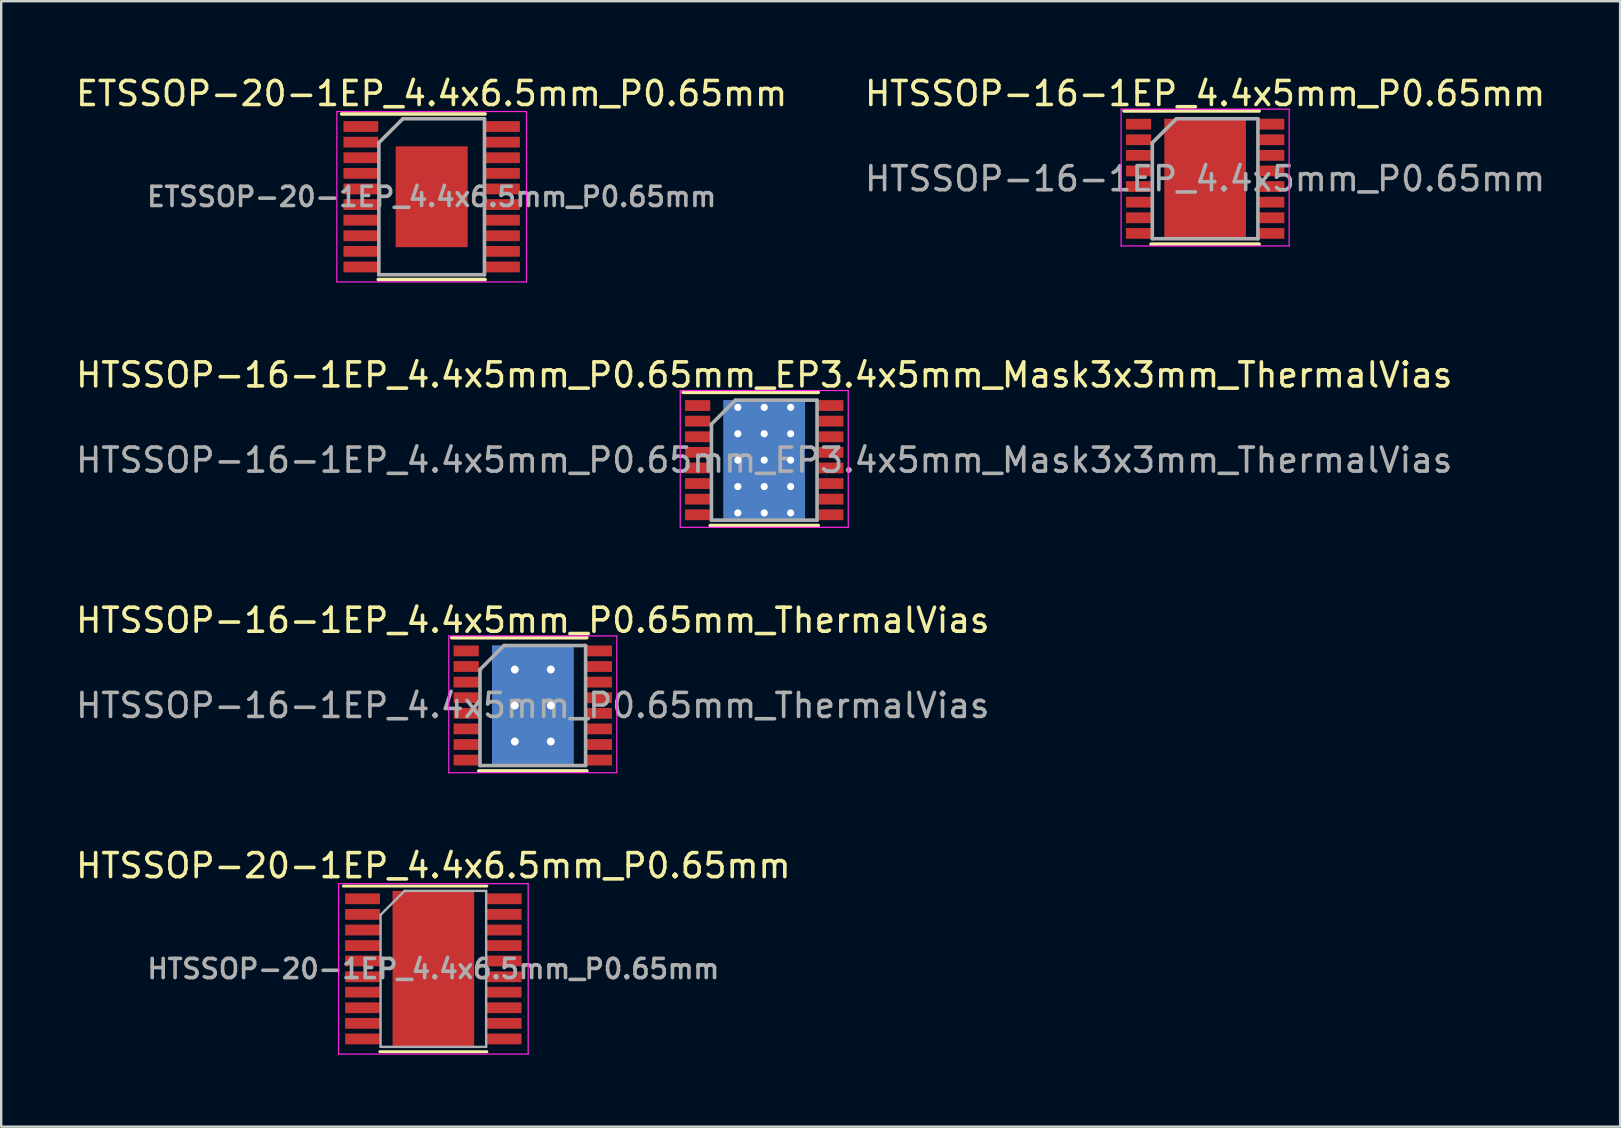
<source format=kicad_pcb>
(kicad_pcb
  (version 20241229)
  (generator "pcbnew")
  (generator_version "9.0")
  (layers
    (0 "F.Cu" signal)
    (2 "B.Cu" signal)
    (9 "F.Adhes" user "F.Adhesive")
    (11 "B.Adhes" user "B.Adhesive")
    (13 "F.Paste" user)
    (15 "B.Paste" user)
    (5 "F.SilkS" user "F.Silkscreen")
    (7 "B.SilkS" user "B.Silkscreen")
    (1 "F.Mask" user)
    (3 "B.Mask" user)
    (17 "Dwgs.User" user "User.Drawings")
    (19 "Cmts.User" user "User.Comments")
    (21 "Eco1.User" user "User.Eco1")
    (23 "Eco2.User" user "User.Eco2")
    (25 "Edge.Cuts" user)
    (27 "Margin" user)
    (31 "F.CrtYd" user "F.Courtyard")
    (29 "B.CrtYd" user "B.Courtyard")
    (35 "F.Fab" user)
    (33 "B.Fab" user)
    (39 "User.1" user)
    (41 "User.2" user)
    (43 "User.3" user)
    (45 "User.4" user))
  (footprint "HTSSOP-16-1EP_4.4x5mm_P0.65mm_ThermalVias"
    (layer "F.Cu")
    (at 19.149 26.345)
    (property "Reference" "HTSSOP-16-1EP_4.4x5mm_P0.65mm_ThermalVias" (at 0 -3.55 0) (layer "F.SilkS") (effects (font (size 1 1) (thickness 0.15))))
    (attr smd)
    (fp_line (start -3.375 -2.825) (end 2.25 -2.825) (stroke (width 0.15) (type solid)) (layer "F.SilkS"))
    (fp_line (start -2.25 2.725) (end 2.25 2.725) (stroke (width 0.15) (type solid)) (layer "F.SilkS"))
    (fp_line (start -3.5 -2.9) (end -3.5 2.8) (stroke (width 0.05) (type solid)) (layer "F.CrtYd"))
    (fp_line (start -3.5 -2.9) (end 3.5 -2.9) (stroke (width 0.05) (type solid)) (layer "F.CrtYd"))
    (fp_line (start -3.5 2.8) (end 3.5 2.8) (stroke (width 0.05) (type solid)) (layer "F.CrtYd"))
    (fp_line (start 3.5 -2.9) (end 3.5 2.8) (stroke (width 0.05) (type solid)) (layer "F.CrtYd"))
    (fp_line (start -2.2 -1.5) (end -1.2 -2.5) (stroke (width 0.15) (type solid)) (layer "F.Fab"))
    (fp_line (start -2.2 2.5) (end -2.2 -1.5) (stroke (width 0.15) (type solid)) (layer "F.Fab"))
    (fp_line (start -1.2 -2.5) (end 2.2 -2.5) (stroke (width 0.15) (type solid)) (layer "F.Fab"))
    (fp_line (start 2.2 -2.5) (end 2.2 2.5) (stroke (width 0.15) (type solid)) (layer "F.Fab"))
    (fp_line (start 2.2 2.5) (end -2.2 2.5) (stroke (width 0.15) (type solid)) (layer "F.Fab"))
    (fp_text user "${REFERENCE}" (at 0 0 0) (layer "F.Fab") (effects (font (size 1 1) (thickness 0.15))))
    (pad "1" smd rect (at -2.775 -2.275) (size 1.05 0.45) (layers "F.Cu" "F.Mask" "F.Paste"))
    (pad "2" smd rect (at -2.775 -1.625) (size 1.05 0.45) (layers "F.Cu" "F.Mask" "F.Paste"))
    (pad "3" smd rect (at -2.775 -0.975) (size 1.05 0.45) (layers "F.Cu" "F.Mask" "F.Paste"))
    (pad "4" smd rect (at -2.775 -0.325) (size 1.05 0.45) (layers "F.Cu" "F.Mask" "F.Paste"))
    (pad "5" smd rect (at -2.775 0.325) (size 1.05 0.45) (layers "F.Cu" "F.Mask" "F.Paste"))
    (pad "6" smd rect (at -2.775 0.975) (size 1.05 0.45) (layers "F.Cu" "F.Mask" "F.Paste"))
    (pad "7" smd rect (at -2.775 1.625) (size 1.05 0.45) (layers "F.Cu" "F.Mask" "F.Paste"))
    (pad "8" smd rect (at -2.775 2.275) (size 1.05 0.45) (layers "F.Cu" "F.Mask" "F.Paste"))
    (pad "9" smd rect (at 2.775 2.275) (size 1.05 0.45) (layers "F.Cu" "F.Mask" "F.Paste"))
    (pad "10" smd rect (at 2.775 1.625) (size 1.05 0.45) (layers "F.Cu" "F.Mask" "F.Paste"))
    (pad "11" smd rect (at 2.775 0.975) (size 1.05 0.45) (layers "F.Cu" "F.Mask" "F.Paste"))
    (pad "12" smd rect (at 2.775 0.325) (size 1.05 0.45) (layers "F.Cu" "F.Mask" "F.Paste"))
    (pad "13" smd rect (at 2.775 -0.325) (size 1.05 0.45) (layers "F.Cu" "F.Mask" "F.Paste"))
    (pad "14" smd rect (at 2.775 -0.975) (size 1.05 0.45) (layers "F.Cu" "F.Mask" "F.Paste"))
    (pad "15" smd rect (at 2.775 -1.625) (size 1.05 0.45) (layers "F.Cu" "F.Mask" "F.Paste"))
    (pad "16" smd rect (at 2.775 -2.275) (size 1.05 0.45) (layers "F.Cu" "F.Mask" "F.Paste"))
    (pad "17" thru_hole circle (at -0.75 -1.5) (size 0.75 0.75) (drill 0.33) (layers "*.Cu" "F.Mask"))
    (pad "17" thru_hole circle (at -0.75 0) (size 0.75 0.75) (drill 0.33) (layers "*.Cu" "F.Mask"))
    (pad "17" thru_hole circle (at -0.75 1.5) (size 0.75 0.75) (drill 0.33) (layers "*.Cu" "F.Mask"))
    (pad "17" smd rect (at 0 0) (size 3.4 5) (layers "F.Cu" "F.Mask" "F.Paste"))
    (pad "17" smd rect (at 0 0) (size 3.4 5) (layers "B.Cu"))
    (pad "17" thru_hole circle (at 0.75 -1.5) (size 0.75 0.75) (drill 0.33) (layers "*.Cu" "F.Mask"))
    (pad "17" thru_hole circle (at 0.75 0) (size 0.75 0.75) (drill 0.33) (layers "*.Cu" "F.Mask"))
    (pad "17" thru_hole circle (at 0.75 1.5) (size 0.75 0.75) (drill 0.33) (layers "*.Cu" "F.Mask")))
  (footprint "HTSSOP-16-1EP_4.4x5mm_P0.65mm"
    (layer "F.Cu")
    (at 47.161 4.398)
    (property "Reference" "HTSSOP-16-1EP_4.4x5mm_P0.65mm" (at 0 -3.55 0) (layer "F.SilkS") (effects (font (size 1 1) (thickness 0.15))))
    (attr smd)
    (fp_line (start -3.375 -2.825) (end 2.25 -2.825) (stroke (width 0.15) (type solid)) (layer "F.SilkS"))
    (fp_line (start -2.25 2.725) (end 2.25 2.725) (stroke (width 0.15) (type solid)) (layer "F.SilkS"))
    (fp_line (start -3.5 -2.9) (end -3.5 2.8) (stroke (width 0.05) (type solid)) (layer "F.CrtYd"))
    (fp_line (start -3.5 -2.9) (end 3.5 -2.9) (stroke (width 0.05) (type solid)) (layer "F.CrtYd"))
    (fp_line (start -3.5 2.8) (end 3.5 2.8) (stroke (width 0.05) (type solid)) (layer "F.CrtYd"))
    (fp_line (start 3.5 -2.9) (end 3.5 2.8) (stroke (width 0.05) (type solid)) (layer "F.CrtYd"))
    (fp_line (start -2.2 -1.5) (end -1.2 -2.5) (stroke (width 0.15) (type solid)) (layer "F.Fab"))
    (fp_line (start -2.2 2.5) (end -2.2 -1.5) (stroke (width 0.15) (type solid)) (layer "F.Fab"))
    (fp_line (start -1.2 -2.5) (end 2.2 -2.5) (stroke (width 0.15) (type solid)) (layer "F.Fab"))
    (fp_line (start 2.2 -2.5) (end 2.2 2.5) (stroke (width 0.15) (type solid)) (layer "F.Fab"))
    (fp_line (start 2.2 2.5) (end -2.2 2.5) (stroke (width 0.15) (type solid)) (layer "F.Fab"))
    (fp_text user "${REFERENCE}" (at 0 0 0) (layer "F.Fab") (effects (font (size 1 1) (thickness 0.15))))
    (pad "1" smd rect (at -2.775 -2.275) (size 1.05 0.45) (layers "F.Cu" "F.Mask" "F.Paste"))
    (pad "2" smd rect (at -2.775 -1.625) (size 1.05 0.45) (layers "F.Cu" "F.Mask" "F.Paste"))
    (pad "3" smd rect (at -2.775 -0.975) (size 1.05 0.45) (layers "F.Cu" "F.Mask" "F.Paste"))
    (pad "4" smd rect (at -2.775 -0.325) (size 1.05 0.45) (layers "F.Cu" "F.Mask" "F.Paste"))
    (pad "5" smd rect (at -2.775 0.325) (size 1.05 0.45) (layers "F.Cu" "F.Mask" "F.Paste"))
    (pad "6" smd rect (at -2.775 0.975) (size 1.05 0.45) (layers "F.Cu" "F.Mask" "F.Paste"))
    (pad "7" smd rect (at -2.775 1.625) (size 1.05 0.45) (layers "F.Cu" "F.Mask" "F.Paste"))
    (pad "8" smd rect (at -2.775 2.275) (size 1.05 0.45) (layers "F.Cu" "F.Mask" "F.Paste"))
    (pad "9" smd rect (at 2.775 2.275) (size 1.05 0.45) (layers "F.Cu" "F.Mask" "F.Paste"))
    (pad "10" smd rect (at 2.775 1.625) (size 1.05 0.45) (layers "F.Cu" "F.Mask" "F.Paste"))
    (pad "11" smd rect (at 2.775 0.975) (size 1.05 0.45) (layers "F.Cu" "F.Mask" "F.Paste"))
    (pad "12" smd rect (at 2.775 0.325) (size 1.05 0.45) (layers "F.Cu" "F.Mask" "F.Paste"))
    (pad "13" smd rect (at 2.775 -0.325) (size 1.05 0.45) (layers "F.Cu" "F.Mask" "F.Paste"))
    (pad "14" smd rect (at 2.775 -0.975) (size 1.05 0.45) (layers "F.Cu" "F.Mask" "F.Paste"))
    (pad "15" smd rect (at 2.775 -1.625) (size 1.05 0.45) (layers "F.Cu" "F.Mask" "F.Paste"))
    (pad "16" smd rect (at 2.775 -2.275) (size 1.05 0.45) (layers "F.Cu" "F.Mask" "F.Paste"))
    (pad "17" smd rect (at 0 0) (size 3.4 5) (layers "F.Cu" "F.Mask" "F.Paste")))
  (footprint "HTSSOP-16-1EP_4.4x5mm_P0.65mm_EP3.4x5mm_Mask3x3mm_ThermalVias"
    (layer "F.Cu")
    (at 28.792 16.122)
    (property "Reference" "HTSSOP-16-1EP_4.4x5mm_P0.65mm_EP3.4x5mm_Mask3x3mm_ThermalVias" (at 0 -3.55 0) (layer "F.SilkS") (effects (font (size 1 1) (thickness 0.15))))
    (attr smd)
    (fp_line (start -3.375 -2.825) (end 2.25 -2.825) (stroke (width 0.15) (type solid)) (layer "F.SilkS"))
    (fp_line (start -2.25 2.725) (end 2.25 2.725) (stroke (width 0.15) (type solid)) (layer "F.SilkS"))
    (fp_line (start -3.5 -2.9) (end -3.5 2.8) (stroke (width 0.05) (type solid)) (layer "F.CrtYd"))
    (fp_line (start -3.5 -2.9) (end 3.5 -2.9) (stroke (width 0.05) (type solid)) (layer "F.CrtYd"))
    (fp_line (start -3.5 2.8) (end 3.5 2.8) (stroke (width 0.05) (type solid)) (layer "F.CrtYd"))
    (fp_line (start 3.5 -2.9) (end 3.5 2.8) (stroke (width 0.05) (type solid)) (layer "F.CrtYd"))
    (fp_line (start -2.2 -1.5) (end -1.2 -2.5) (stroke (width 0.15) (type solid)) (layer "F.Fab"))
    (fp_line (start -2.2 2.5) (end -2.2 -1.5) (stroke (width 0.15) (type solid)) (layer "F.Fab"))
    (fp_line (start -1.2 -2.5) (end 2.2 -2.5) (stroke (width 0.15) (type solid)) (layer "F.Fab"))
    (fp_line (start 2.2 -2.5) (end 2.2 2.5) (stroke (width 0.15) (type solid)) (layer "F.Fab"))
    (fp_line (start 2.2 2.5) (end -2.2 2.5) (stroke (width 0.15) (type solid)) (layer "F.Fab"))
    (fp_text user "${REFERENCE}" (at 0 0 0) (layer "F.Fab") (effects (font (size 1 1) (thickness 0.15))))
    (pad "" smd rect (at -1.325 -0.55 90) (size 0.8 0.25) (layers "F.Paste"))
    (pad "" smd rect (at -1.325 0.55 90) (size 0.8 0.25) (layers "F.Paste"))
    (pad "" smd rect (at -0.55 -1.325) (size 0.8 0.25) (layers "F.Paste"))
    (pad "" smd rect (at -0.55 -0.55) (size 0.85 0.8) (layers "F.Paste"))
    (pad "" smd rect (at -0.55 0.55) (size 0.85 0.85) (layers "F.Paste"))
    (pad "" smd rect (at -0.55 1.325) (size 0.8 0.25) (layers "F.Paste"))
    (pad "" smd rect (at 0 0) (size 3 3) (layers "F.Mask"))
    (pad "" smd rect (at 0.55 -1.325) (size 0.8 0.25) (layers "F.Paste"))
    (pad "" smd rect (at 0.55 -0.55) (size 0.85 0.85) (layers "F.Paste"))
    (pad "" smd rect (at 0.55 0.55) (size 0.85 0.85) (layers "F.Paste"))
    (pad "" smd rect (at 0.55 1.325) (size 0.8 0.25) (layers "F.Paste"))
    (pad "" smd rect (at 1.325 -0.55 90) (size 0.8 0.25) (layers "F.Paste"))
    (pad "" smd rect (at 1.325 0.55 90) (size 0.8 0.25) (layers "F.Paste"))
    (pad "1" smd rect (at -2.775 -2.275) (size 1.05 0.45) (layers "F.Cu" "F.Mask" "F.Paste"))
    (pad "2" smd rect (at -2.775 -1.625) (size 1.05 0.45) (layers "F.Cu" "F.Mask" "F.Paste"))
    (pad "3" smd rect (at -2.775 -0.975) (size 1.05 0.45) (layers "F.Cu" "F.Mask" "F.Paste"))
    (pad "4" smd rect (at -2.775 -0.325) (size 1.05 0.45) (layers "F.Cu" "F.Mask" "F.Paste"))
    (pad "5" smd rect (at -2.775 0.325) (size 1.05 0.45) (layers "F.Cu" "F.Mask" "F.Paste"))
    (pad "6" smd rect (at -2.775 0.975) (size 1.05 0.45) (layers "F.Cu" "F.Mask" "F.Paste"))
    (pad "7" smd rect (at -2.775 1.625) (size 1.05 0.45) (layers "F.Cu" "F.Mask" "F.Paste"))
    (pad "8" smd rect (at -2.775 2.275) (size 1.05 0.45) (layers "F.Cu" "F.Mask" "F.Paste"))
    (pad "9" smd rect (at 2.775 2.275) (size 1.05 0.45) (layers "F.Cu" "F.Mask" "F.Paste"))
    (pad "10" smd rect (at 2.775 1.625) (size 1.05 0.45) (layers "F.Cu" "F.Mask" "F.Paste"))
    (pad "11" smd rect (at 2.775 0.975) (size 1.05 0.45) (layers "F.Cu" "F.Mask" "F.Paste"))
    (pad "12" smd rect (at 2.775 0.325) (size 1.05 0.45) (layers "F.Cu" "F.Mask" "F.Paste"))
    (pad "13" smd rect (at 2.775 -0.325) (size 1.05 0.45) (layers "F.Cu" "F.Mask" "F.Paste"))
    (pad "14" smd rect (at 2.775 -0.975) (size 1.05 0.45) (layers "F.Cu" "F.Mask" "F.Paste"))
    (pad "15" smd rect (at 2.775 -1.625) (size 1.05 0.45) (layers "F.Cu" "F.Mask" "F.Paste"))
    (pad "16" smd rect (at 2.775 -2.275) (size 1.05 0.45) (layers "F.Cu" "F.Mask" "F.Paste"))
    (pad "17" thru_hole circle (at -1.1 -2.2) (size 0.6 0.6) (drill 0.3) (layers "*.Cu"))
    (pad "17" thru_hole circle (at -1.1 -1.1) (size 0.6 0.6) (drill 0.3) (layers "*.Cu"))
    (pad "17" thru_hole circle (at -1.1 0) (size 0.6 0.6) (drill 0.3) (layers "*.Cu"))
    (pad "17" thru_hole circle (at -1.1 1.1) (size 0.6 0.6) (drill 0.3) (layers "*.Cu"))
    (pad "17" thru_hole circle (at -1.1 2.2) (size 0.6 0.6) (drill 0.3) (layers "*.Cu"))
    (pad "17" thru_hole circle (at 0 -2.2) (size 0.6 0.6) (drill 0.3) (layers "*.Cu"))
    (pad "17" thru_hole circle (at 0 -1.1) (size 0.6 0.6) (drill 0.3) (layers "*.Cu"))
    (pad "17" thru_hole circle (at 0 0) (size 0.6 0.6) (drill 0.3) (layers "*.Cu"))
    (pad "17" smd rect (at 0 0) (size 3.4 5) (layers "F.Cu"))
    (pad "17" smd rect (at 0 0) (size 3.4 5) (layers "B.Cu"))
    (pad "17" thru_hole circle (at 0 1.1) (size 0.6 0.6) (drill 0.3) (layers "*.Cu"))
    (pad "17" thru_hole circle (at 0 2.2) (size 0.6 0.6) (drill 0.3) (layers "*.Cu"))
    (pad "17" thru_hole circle (at 1.1 -2.2) (size 0.6 0.6) (drill 0.3) (layers "*.Cu"))
    (pad "17" thru_hole circle (at 1.1 -1.1) (size 0.6 0.6) (drill 0.3) (layers "*.Cu"))
    (pad "17" thru_hole circle (at 1.1 0) (size 0.6 0.6) (drill 0.3) (layers "*.Cu"))
    (pad "17" thru_hole circle (at 1.1 1.1) (size 0.6 0.6) (drill 0.3) (layers "*.Cu"))
    (pad "17" thru_hole circle (at 1.1 2.2) (size 0.6 0.6) (drill 0.3) (layers "*.Cu")))
  (footprint "ETSSOP-20-1EP_4.4x6.5mm_P0.65mm"
    (layer "F.Cu")
    (at 14.935 5.148)
    (property "Reference" "ETSSOP-20-1EP_4.4x6.5mm_P0.65mm" (at 0 -4.3 0) (layer "F.SilkS") (effects (font (size 1 1) (thickness 0.15))))
    (attr smd)
    (fp_line (start -3.75 -3.45) (end 2.225 -3.45) (stroke (width 0.15) (type solid)) (layer "F.SilkS"))
    (fp_line (start -2.225 3.45) (end 2.225 3.45) (stroke (width 0.15) (type solid)) (layer "F.SilkS"))
    (fp_line (start -3.95 -3.55) (end -3.95 3.55) (stroke (width 0.05) (type solid)) (layer "F.CrtYd"))
    (fp_line (start -3.95 -3.55) (end 3.95 -3.55) (stroke (width 0.05) (type solid)) (layer "F.CrtYd"))
    (fp_line (start -3.95 3.55) (end 3.95 3.55) (stroke (width 0.05) (type solid)) (layer "F.CrtYd"))
    (fp_line (start 3.95 -3.55) (end 3.95 3.55) (stroke (width 0.05) (type solid)) (layer "F.CrtYd"))
    (fp_line (start -2.2 -2.25) (end -1.2 -3.25) (stroke (width 0.15) (type solid)) (layer "F.Fab"))
    (fp_line (start -2.2 3.25) (end -2.2 -2.25) (stroke (width 0.15) (type solid)) (layer "F.Fab"))
    (fp_line (start -1.2 -3.25) (end 2.2 -3.25) (stroke (width 0.15) (type solid)) (layer "F.Fab"))
    (fp_line (start 2.2 -3.25) (end 2.2 3.25) (stroke (width 0.15) (type solid)) (layer "F.Fab"))
    (fp_line (start 2.2 3.25) (end -2.2 3.25) (stroke (width 0.15) (type solid)) (layer "F.Fab"))
    (fp_text user "${REFERENCE}" (at 0 0 0) (layer "F.Fab") (effects (font (size 0.8 0.8) (thickness 0.15))))
    (pad "1" smd rect (at -2.95 -2.925) (size 1.45 0.45) (layers "F.Cu" "F.Mask" "F.Paste"))
    (pad "2" smd rect (at -2.95 -2.275) (size 1.45 0.45) (layers "F.Cu" "F.Mask" "F.Paste"))
    (pad "3" smd rect (at -2.95 -1.625) (size 1.45 0.45) (layers "F.Cu" "F.Mask" "F.Paste"))
    (pad "4" smd rect (at -2.95 -0.975) (size 1.45 0.45) (layers "F.Cu" "F.Mask" "F.Paste"))
    (pad "5" smd rect (at -2.95 -0.325) (size 1.45 0.45) (layers "F.Cu" "F.Mask" "F.Paste"))
    (pad "6" smd rect (at -2.95 0.325) (size 1.45 0.45) (layers "F.Cu" "F.Mask" "F.Paste"))
    (pad "7" smd rect (at -2.95 0.975) (size 1.45 0.45) (layers "F.Cu" "F.Mask" "F.Paste"))
    (pad "8" smd rect (at -2.95 1.625) (size 1.45 0.45) (layers "F.Cu" "F.Mask" "F.Paste"))
    (pad "9" smd rect (at -2.95 2.275) (size 1.45 0.45) (layers "F.Cu" "F.Mask" "F.Paste"))
    (pad "10" smd rect (at -2.95 2.925) (size 1.45 0.45) (layers "F.Cu" "F.Mask" "F.Paste"))
    (pad "11" smd rect (at 2.95 2.925) (size 1.45 0.45) (layers "F.Cu" "F.Mask" "F.Paste"))
    (pad "12" smd rect (at 2.95 2.275) (size 1.45 0.45) (layers "F.Cu" "F.Mask" "F.Paste"))
    (pad "13" smd rect (at 2.95 1.625) (size 1.45 0.45) (layers "F.Cu" "F.Mask" "F.Paste"))
    (pad "14" smd rect (at 2.95 0.975) (size 1.45 0.45) (layers "F.Cu" "F.Mask" "F.Paste"))
    (pad "15" smd rect (at 2.95 0.325) (size 1.45 0.45) (layers "F.Cu" "F.Mask" "F.Paste"))
    (pad "16" smd rect (at 2.95 -0.325) (size 1.45 0.45) (layers "F.Cu" "F.Mask" "F.Paste"))
    (pad "17" smd rect (at 2.95 -0.975) (size 1.45 0.45) (layers "F.Cu" "F.Mask" "F.Paste"))
    (pad "18" smd rect (at 2.95 -1.625) (size 1.45 0.45) (layers "F.Cu" "F.Mask" "F.Paste"))
    (pad "19" smd rect (at 2.95 -2.275) (size 1.45 0.45) (layers "F.Cu" "F.Mask" "F.Paste"))
    (pad "20" smd rect (at 2.95 -2.925) (size 1.45 0.45) (layers "F.Cu" "F.Mask" "F.Paste"))
    (pad "21" smd rect (at 0 0) (size 3 4.2) (layers "F.Cu" "F.Mask" "F.Paste")))
  (footprint "HTSSOP-20-1EP_4.4x6.5mm_P0.65mm"
    (layer "F.Cu")
    (at 15.006 37.318)
    (property "Reference" "HTSSOP-20-1EP_4.4x6.5mm_P0.65mm" (at 0 -4.3 0) (layer "F.SilkS") (effects (font (size 1 1) (thickness 0.15))))
    (attr smd)
    (fp_line (start -3.75 -3.45) (end 2.23 -3.45) (stroke (width 0.12) (type solid)) (layer "F.SilkS"))
    (fp_line (start -2.23 3.45) (end 2.23 3.45) (stroke (width 0.12) (type solid)) (layer "F.SilkS"))
    (fp_line (start -3.95 -3.55) (end -3.95 3.55) (stroke (width 0.05) (type solid)) (layer "F.CrtYd"))
    (fp_line (start -3.95 -3.55) (end 3.95 -3.55) (stroke (width 0.05) (type solid)) (layer "F.CrtYd"))
    (fp_line (start -3.95 3.55) (end 3.95 3.55) (stroke (width 0.05) (type solid)) (layer "F.CrtYd"))
    (fp_line (start 3.95 -3.55) (end 3.95 3.55) (stroke (width 0.05) (type solid)) (layer "F.CrtYd"))
    (fp_line (start -2.2 -2.25) (end -1.2 -3.25) (stroke (width 0.1) (type solid)) (layer "F.Fab"))
    (fp_line (start -2.2 3.25) (end -2.2 -2.25) (stroke (width 0.1) (type solid)) (layer "F.Fab"))
    (fp_line (start -1.2 -3.25) (end 2.2 -3.25) (stroke (width 0.1) (type solid)) (layer "F.Fab"))
    (fp_line (start 2.2 -3.25) (end 2.2 3.25) (stroke (width 0.1) (type solid)) (layer "F.Fab"))
    (fp_line (start 2.2 3.25) (end -2.2 3.25) (stroke (width 0.1) (type solid)) (layer "F.Fab"))
    (fp_text user "${REFERENCE}" (at 0 0 0) (layer "F.Fab") (effects (font (size 0.8 0.8) (thickness 0.15))))
    (pad "" smd rect (at -0.85 -2.438) (size 1.4 1.325) (layers "F.Paste"))
    (pad "" smd rect (at -0.85 -0.812) (size 1.4 1.325) (layers "F.Paste"))
    (pad "" smd rect (at -0.85 0.812) (size 1.4 1.325) (layers "F.Paste"))
    (pad "" smd rect (at -0.85 2.438) (size 1.4 1.325) (layers "F.Paste"))
    (pad "" smd rect (at 0.85 -2.438) (size 1.4 1.325) (layers "F.Paste"))
    (pad "" smd rect (at 0.85 -0.812) (size 1.4 1.325) (layers "F.Paste"))
    (pad "" smd rect (at 0.85 0.812) (size 1.4 1.325) (layers "F.Paste"))
    (pad "" smd rect (at 0.85 2.438) (size 1.4 1.325) (layers "F.Paste"))
    (pad "1" smd rect (at -2.95 -2.92) (size 1.45 0.45) (layers "F.Cu" "F.Mask" "F.Paste"))
    (pad "2" smd rect (at -2.95 -2.27) (size 1.45 0.45) (layers "F.Cu" "F.Mask" "F.Paste"))
    (pad "3" smd rect (at -2.95 -1.62) (size 1.45 0.45) (layers "F.Cu" "F.Mask" "F.Paste"))
    (pad "4" smd rect (at -2.95 -0.97) (size 1.45 0.45) (layers "F.Cu" "F.Mask" "F.Paste"))
    (pad "5" smd rect (at -2.95 -0.33) (size 1.45 0.45) (layers "F.Cu" "F.Mask" "F.Paste"))
    (pad "6" smd rect (at -2.95 0.33) (size 1.45 0.45) (layers "F.Cu" "F.Mask" "F.Paste"))
    (pad "7" smd rect (at -2.95 0.97) (size 1.45 0.45) (layers "F.Cu" "F.Mask" "F.Paste"))
    (pad "8" smd rect (at -2.95 1.62) (size 1.45 0.45) (layers "F.Cu" "F.Mask" "F.Paste"))
    (pad "9" smd rect (at -2.95 2.27) (size 1.45 0.45) (layers "F.Cu" "F.Mask" "F.Paste"))
    (pad "10" smd rect (at -2.95 2.92) (size 1.45 0.45) (layers "F.Cu" "F.Mask" "F.Paste"))
    (pad "11" smd rect (at 2.95 2.92) (size 1.45 0.45) (layers "F.Cu" "F.Mask" "F.Paste"))
    (pad "12" smd rect (at 2.95 2.27) (size 1.45 0.45) (layers "F.Cu" "F.Mask" "F.Paste"))
    (pad "13" smd rect (at 2.95 1.62) (size 1.45 0.45) (layers "F.Cu" "F.Mask" "F.Paste"))
    (pad "14" smd rect (at 2.95 0.97) (size 1.45 0.45) (layers "F.Cu" "F.Mask" "F.Paste"))
    (pad "15" smd rect (at 2.95 0.33) (size 1.45 0.45) (layers "F.Cu" "F.Mask" "F.Paste"))
    (pad "16" smd rect (at 2.95 -0.33) (size 1.45 0.45) (layers "F.Cu" "F.Mask" "F.Paste"))
    (pad "17" smd rect (at 2.95 -0.97) (size 1.45 0.45) (layers "F.Cu" "F.Mask" "F.Paste"))
    (pad "18" smd rect (at 2.95 -1.62) (size 1.45 0.45) (layers "F.Cu" "F.Mask" "F.Paste"))
    (pad "19" smd rect (at 2.95 -2.27) (size 1.45 0.45) (layers "F.Cu" "F.Mask" "F.Paste"))
    (pad "20" smd rect (at 2.95 -2.92) (size 1.45 0.45) (layers "F.Cu" "F.Mask" "F.Paste"))
    (pad "21" smd rect (at 0 0) (size 3.4 6.5) (layers "F.Cu" "F.Mask")))
  (gr_rect
    (start -3 -3)
    (end 64.452 43.893)
    (stroke (width 0.1) (type default))
    (fill no)
    (layer "Edge.Cuts")))
</source>
